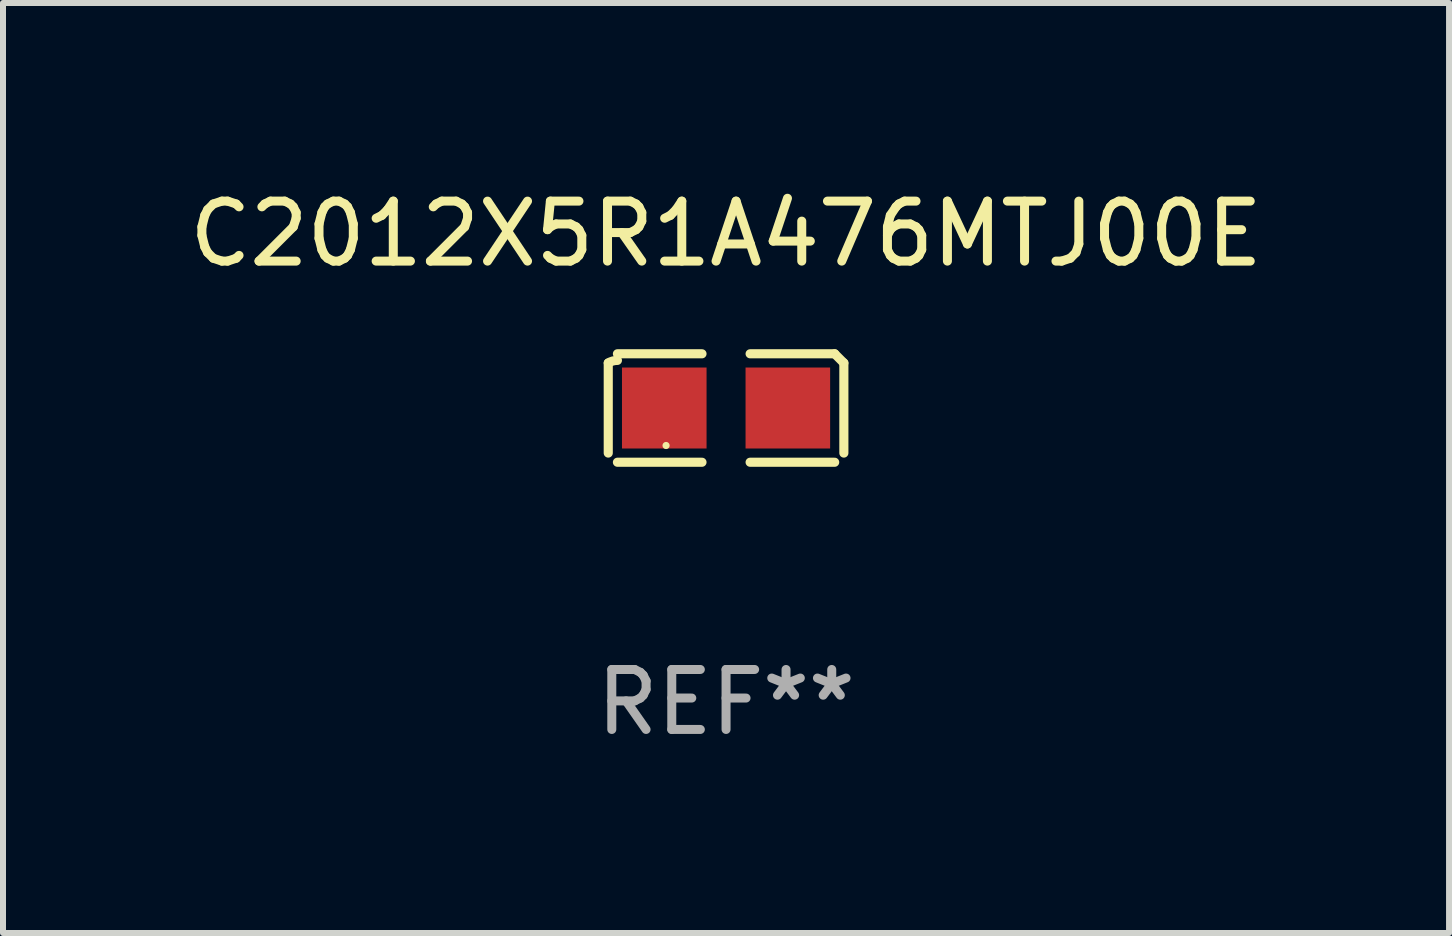
<source format=kicad_pcb>
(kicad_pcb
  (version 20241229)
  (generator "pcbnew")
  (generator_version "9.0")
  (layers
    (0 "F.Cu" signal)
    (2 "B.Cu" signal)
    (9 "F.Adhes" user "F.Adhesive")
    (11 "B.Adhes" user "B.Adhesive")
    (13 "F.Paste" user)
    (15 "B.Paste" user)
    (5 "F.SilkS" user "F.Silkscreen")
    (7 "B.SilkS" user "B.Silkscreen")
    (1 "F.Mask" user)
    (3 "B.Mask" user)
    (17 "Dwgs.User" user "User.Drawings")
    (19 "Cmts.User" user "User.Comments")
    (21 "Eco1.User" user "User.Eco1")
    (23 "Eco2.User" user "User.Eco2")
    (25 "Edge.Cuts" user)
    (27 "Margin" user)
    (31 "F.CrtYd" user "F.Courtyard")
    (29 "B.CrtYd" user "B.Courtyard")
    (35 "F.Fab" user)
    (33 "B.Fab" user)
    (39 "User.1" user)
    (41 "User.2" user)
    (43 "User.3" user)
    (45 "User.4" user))
  (footprint "C2012X5R1A476MTJ00E"
    (layer "F.Cu")
    (at 9.054 3.752)
    (property "Reference" "C2012X5R1A476MTJ00E" (at 0 -2.904 0) (layer "F.SilkS") (effects (font (size 1 1) (thickness 0.15))))
    (attr through_hole)
    (fp_line (start -1.964 0.751) (end -1.964 -0.751) (stroke (width 0.152) (type solid)) (layer "F.SilkS"))
    (fp_line (start -1.811 -0.904) (end -0.401 -0.904) (stroke (width 0.152) (type solid)) (layer "F.SilkS"))
    (fp_line (start -0.401 0.904) (end -1.811 0.904) (stroke (width 0.152) (type solid)) (layer "F.SilkS"))
    (fp_line (start 0.401 0.904) (end 1.811 0.904) (stroke (width 0.152) (type solid)) (layer "F.SilkS"))
    (fp_line (start 1.811 -0.904) (end 0.401 -0.904) (stroke (width 0.152) (type solid)) (layer "F.SilkS"))
    (fp_line (start 1.964 0.751) (end 1.964 -0.751) (stroke (width 0.152) (type solid)) (layer "F.SilkS"))
    (fp_arc (start -1.963602 -0.751207) (mid -1.890354 -0.783131) (end -1.811201 -0.794044) (stroke (width 0.1524) (type solid)) (layer "F.SilkS"))
    (fp_arc (start 1.811202 -0.903607) (mid 1.887413 -0.827418) (end 1.963602 -0.751207) (stroke (width 0.1524) (type solid)) (layer "F.SilkS"))
    (fp_circle (center -1 0.625) (end -0.97 0.625) (stroke (width 0.06) (type solid)) (fill no) (layer "F.SilkS"))
    (fp_text user "REF**" (at 0 4.904 0) (layer "F.Fab") (effects (font (size 1 1) (thickness 0.15))))
    (pad "1" smd rect (at -1.03 0) (size 1.41 1.35) (layers "F.Cu" "F.Mask" "F.Paste"))
    (pad "2" smd rect (at 1.03 0) (size 1.41 1.35) (layers "F.Cu" "F.Mask" "F.Paste")))
  (gr_rect
    (start -3 -3)
    (end 21.107 12.504)
    (stroke (width 0.1) (type default))
    (fill no)
    (layer "Edge.Cuts")))
</source>
